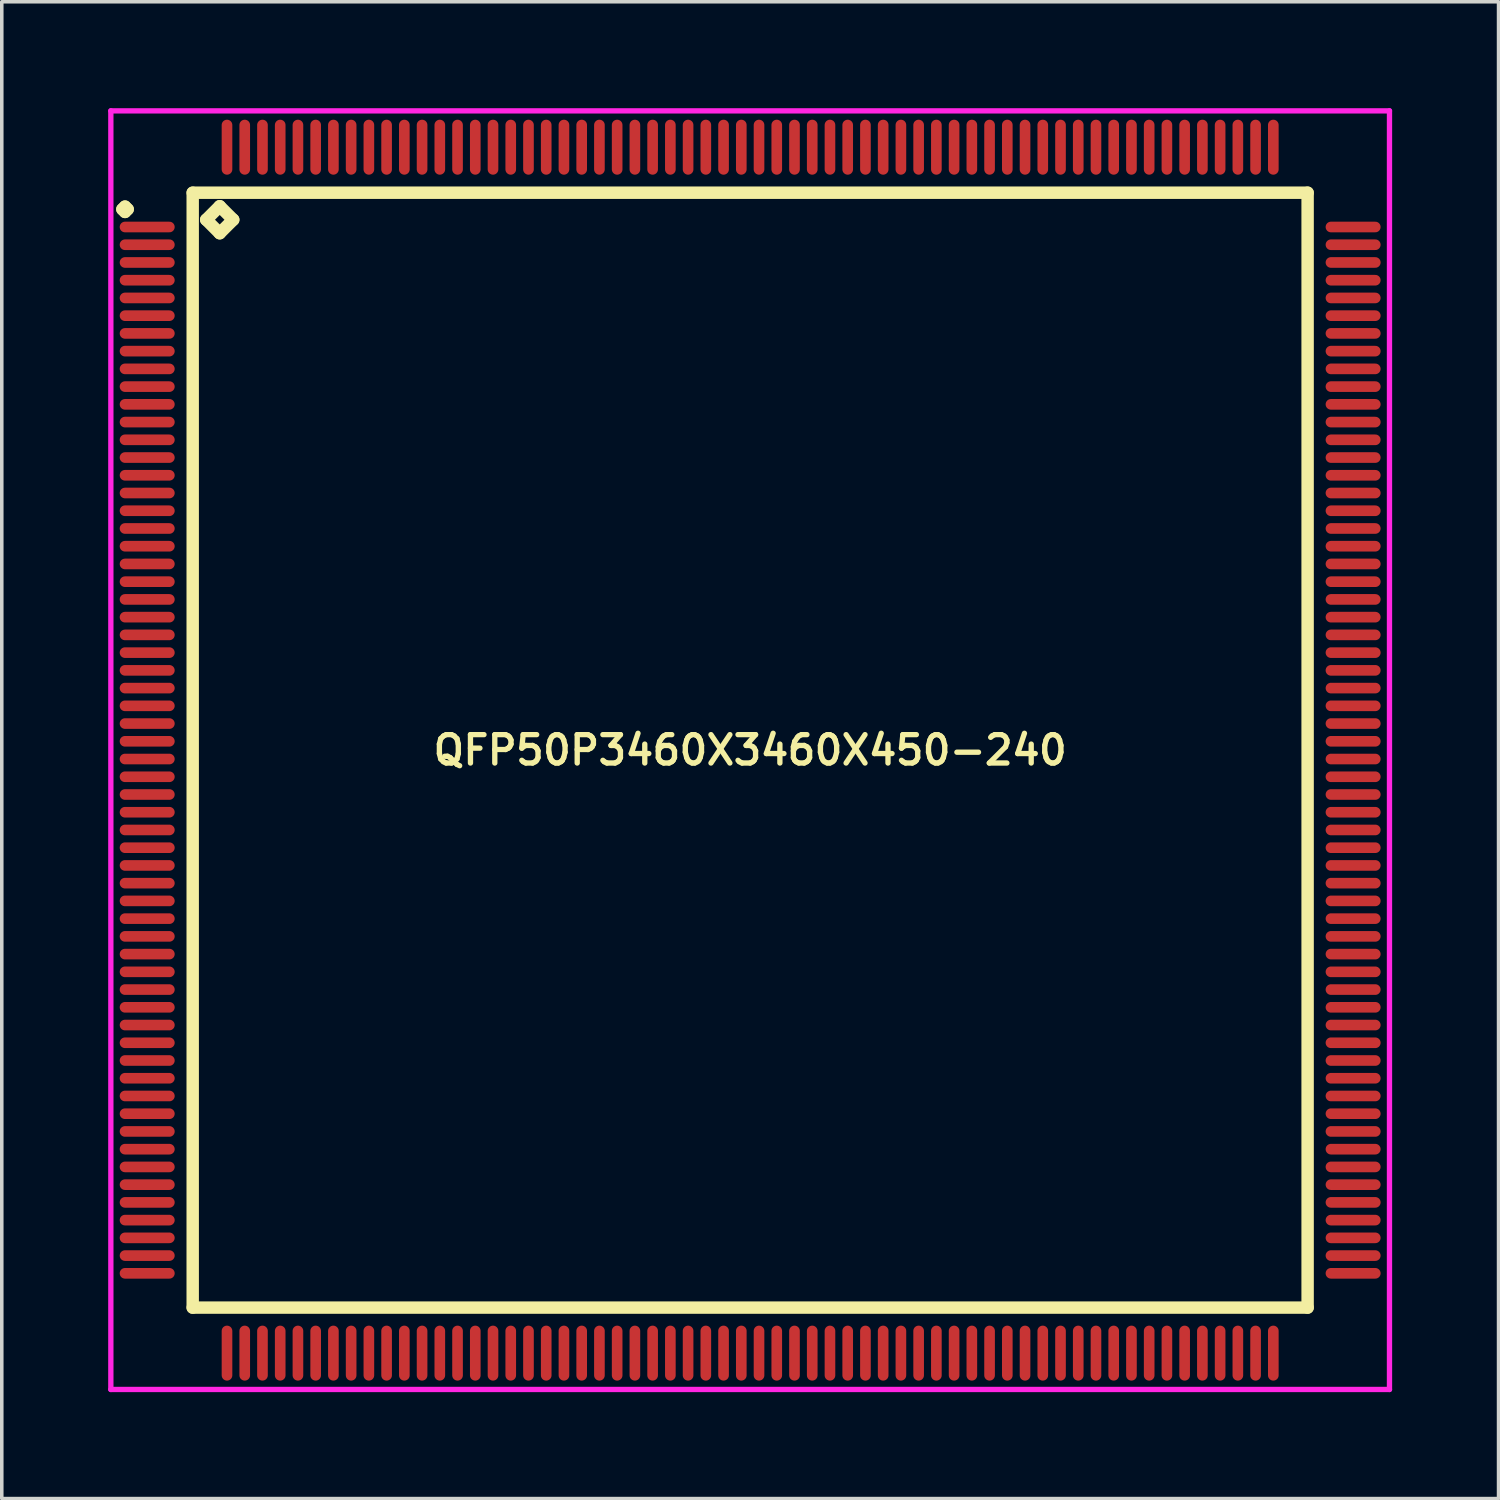
<source format=kicad_pcb>
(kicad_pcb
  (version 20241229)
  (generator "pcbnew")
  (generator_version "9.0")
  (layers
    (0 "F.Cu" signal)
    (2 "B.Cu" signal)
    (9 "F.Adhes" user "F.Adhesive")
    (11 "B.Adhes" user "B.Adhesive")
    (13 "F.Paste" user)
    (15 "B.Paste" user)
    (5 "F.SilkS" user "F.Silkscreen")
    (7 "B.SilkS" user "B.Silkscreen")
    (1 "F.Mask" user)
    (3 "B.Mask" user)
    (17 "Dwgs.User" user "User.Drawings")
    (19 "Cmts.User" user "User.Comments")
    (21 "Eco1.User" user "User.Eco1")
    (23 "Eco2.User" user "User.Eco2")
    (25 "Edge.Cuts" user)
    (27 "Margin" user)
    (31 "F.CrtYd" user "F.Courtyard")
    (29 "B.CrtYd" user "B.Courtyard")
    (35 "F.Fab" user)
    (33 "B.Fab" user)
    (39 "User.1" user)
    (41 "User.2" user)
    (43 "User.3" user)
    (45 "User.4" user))
  (footprint "QFP50P3460X3460X450-240"
    (layer "F.Cu")
    (at 18.1 18.1)
    (property "Reference" "QFP50P3460X3460X450-240" (at 0 0 0) (layer "F.SilkS") (effects (font (size 0.8 0.8) (thickness 0.15))))
    (attr smd)
    (fp_line (start -17.7 -15.25) (end -17.625 -15.325) (stroke (width 0.35) (type solid)) (layer "F.SilkS"))
    (fp_line (start -17.625 -15.325) (end -17.55 -15.25) (stroke (width 0.35) (type solid)) (layer "F.SilkS"))
    (fp_line (start -17.625 -15.175) (end -17.7 -15.25) (stroke (width 0.35) (type solid)) (layer "F.SilkS"))
    (fp_line (start -17.55 -15.25) (end -17.625 -15.175) (stroke (width 0.35) (type solid)) (layer "F.SilkS"))
    (fp_line (start -15.717 -15.717) (end -15.717 15.717) (stroke (width 0.35) (type solid)) (layer "F.SilkS"))
    (fp_line (start -15.717 15.717) (end 15.717 15.717) (stroke (width 0.35) (type solid)) (layer "F.SilkS"))
    (fp_line (start -15.336 -14.955) (end -14.955 -15.336) (stroke (width 0.35) (type solid)) (layer "F.SilkS"))
    (fp_line (start -14.955 -15.336) (end -14.574 -14.955) (stroke (width 0.35) (type solid)) (layer "F.SilkS"))
    (fp_line (start -14.955 -14.574) (end -15.336 -14.955) (stroke (width 0.35) (type solid)) (layer "F.SilkS"))
    (fp_line (start -14.574 -14.955) (end -14.955 -14.574) (stroke (width 0.35) (type solid)) (layer "F.SilkS"))
    (fp_line (start 15.717 -15.717) (end -15.717 -15.717) (stroke (width 0.35) (type solid)) (layer "F.SilkS"))
    (fp_line (start 15.717 15.717) (end 15.717 -15.717) (stroke (width 0.35) (type solid)) (layer "F.SilkS"))
    (fp_line (start -18.025 -18.025) (end 18.025 -18.025) (stroke (width 0.15) (type solid)) (layer "F.CrtYd"))
    (fp_line (start -18.025 18.025) (end -18.025 -18.025) (stroke (width 0.15) (type solid)) (layer "F.CrtYd"))
    (fp_line (start 18.025 -18.025) (end 18.025 18.025) (stroke (width 0.15) (type solid)) (layer "F.CrtYd"))
    (fp_line (start 18.025 18.025) (end -18.025 18.025) (stroke (width 0.15) (type solid)) (layer "F.CrtYd"))
    (pad "1" smd oval (at -17 -14.75) (size 1.55 0.3) (layers "F.Cu" "F.Mask" "F.Paste"))
    (pad "2" smd oval (at -17 -14.25) (size 1.55 0.3) (layers "F.Cu" "F.Mask" "F.Paste"))
    (pad "3" smd oval (at -17 -13.75) (size 1.55 0.3) (layers "F.Cu" "F.Mask" "F.Paste"))
    (pad "4" smd oval (at -17 -13.25) (size 1.55 0.3) (layers "F.Cu" "F.Mask" "F.Paste"))
    (pad "5" smd oval (at -17 -12.75) (size 1.55 0.3) (layers "F.Cu" "F.Mask" "F.Paste"))
    (pad "6" smd oval (at -17 -12.25) (size 1.55 0.3) (layers "F.Cu" "F.Mask" "F.Paste"))
    (pad "7" smd oval (at -17 -11.75) (size 1.55 0.3) (layers "F.Cu" "F.Mask" "F.Paste"))
    (pad "8" smd oval (at -17 -11.25) (size 1.55 0.3) (layers "F.Cu" "F.Mask" "F.Paste"))
    (pad "9" smd oval (at -17 -10.75) (size 1.55 0.3) (layers "F.Cu" "F.Mask" "F.Paste"))
    (pad "10" smd oval (at -17 -10.25) (size 1.55 0.3) (layers "F.Cu" "F.Mask" "F.Paste"))
    (pad "11" smd oval (at -17 -9.75) (size 1.55 0.3) (layers "F.Cu" "F.Mask" "F.Paste"))
    (pad "12" smd oval (at -17 -9.25) (size 1.55 0.3) (layers "F.Cu" "F.Mask" "F.Paste"))
    (pad "13" smd oval (at -17 -8.75) (size 1.55 0.3) (layers "F.Cu" "F.Mask" "F.Paste"))
    (pad "14" smd oval (at -17 -8.25) (size 1.55 0.3) (layers "F.Cu" "F.Mask" "F.Paste"))
    (pad "15" smd oval (at -17 -7.75) (size 1.55 0.3) (layers "F.Cu" "F.Mask" "F.Paste"))
    (pad "16" smd oval (at -17 -7.25) (size 1.55 0.3) (layers "F.Cu" "F.Mask" "F.Paste"))
    (pad "17" smd oval (at -17 -6.75) (size 1.55 0.3) (layers "F.Cu" "F.Mask" "F.Paste"))
    (pad "18" smd oval (at -17 -6.25) (size 1.55 0.3) (layers "F.Cu" "F.Mask" "F.Paste"))
    (pad "19" smd oval (at -17 -5.75) (size 1.55 0.3) (layers "F.Cu" "F.Mask" "F.Paste"))
    (pad "20" smd oval (at -17 -5.25) (size 1.55 0.3) (layers "F.Cu" "F.Mask" "F.Paste"))
    (pad "21" smd oval (at -17 -4.75) (size 1.55 0.3) (layers "F.Cu" "F.Mask" "F.Paste"))
    (pad "22" smd oval (at -17 -4.25) (size 1.55 0.3) (layers "F.Cu" "F.Mask" "F.Paste"))
    (pad "23" smd oval (at -17 -3.75) (size 1.55 0.3) (layers "F.Cu" "F.Mask" "F.Paste"))
    (pad "24" smd oval (at -17 -3.25) (size 1.55 0.3) (layers "F.Cu" "F.Mask" "F.Paste"))
    (pad "25" smd oval (at -17 -2.75) (size 1.55 0.3) (layers "F.Cu" "F.Mask" "F.Paste"))
    (pad "26" smd oval (at -17 -2.25) (size 1.55 0.3) (layers "F.Cu" "F.Mask" "F.Paste"))
    (pad "27" smd oval (at -17 -1.75) (size 1.55 0.3) (layers "F.Cu" "F.Mask" "F.Paste"))
    (pad "28" smd oval (at -17 -1.25) (size 1.55 0.3) (layers "F.Cu" "F.Mask" "F.Paste"))
    (pad "29" smd oval (at -17 -0.75) (size 1.55 0.3) (layers "F.Cu" "F.Mask" "F.Paste"))
    (pad "30" smd oval (at -17 -0.25) (size 1.55 0.3) (layers "F.Cu" "F.Mask" "F.Paste"))
    (pad "31" smd oval (at -17 0.25) (size 1.55 0.3) (layers "F.Cu" "F.Mask" "F.Paste"))
    (pad "32" smd oval (at -17 0.75) (size 1.55 0.3) (layers "F.Cu" "F.Mask" "F.Paste"))
    (pad "33" smd oval (at -17 1.25) (size 1.55 0.3) (layers "F.Cu" "F.Mask" "F.Paste"))
    (pad "34" smd oval (at -17 1.75) (size 1.55 0.3) (layers "F.Cu" "F.Mask" "F.Paste"))
    (pad "35" smd oval (at -17 2.25) (size 1.55 0.3) (layers "F.Cu" "F.Mask" "F.Paste"))
    (pad "36" smd oval (at -17 2.75) (size 1.55 0.3) (layers "F.Cu" "F.Mask" "F.Paste"))
    (pad "37" smd oval (at -17 3.25) (size 1.55 0.3) (layers "F.Cu" "F.Mask" "F.Paste"))
    (pad "38" smd oval (at -17 3.75) (size 1.55 0.3) (layers "F.Cu" "F.Mask" "F.Paste"))
    (pad "39" smd oval (at -17 4.25) (size 1.55 0.3) (layers "F.Cu" "F.Mask" "F.Paste"))
    (pad "40" smd oval (at -17 4.75) (size 1.55 0.3) (layers "F.Cu" "F.Mask" "F.Paste"))
    (pad "41" smd oval (at -17 5.25) (size 1.55 0.3) (layers "F.Cu" "F.Mask" "F.Paste"))
    (pad "42" smd oval (at -17 5.75) (size 1.55 0.3) (layers "F.Cu" "F.Mask" "F.Paste"))
    (pad "43" smd oval (at -17 6.25) (size 1.55 0.3) (layers "F.Cu" "F.Mask" "F.Paste"))
    (pad "44" smd oval (at -17 6.75) (size 1.55 0.3) (layers "F.Cu" "F.Mask" "F.Paste"))
    (pad "45" smd oval (at -17 7.25) (size 1.55 0.3) (layers "F.Cu" "F.Mask" "F.Paste"))
    (pad "46" smd oval (at -17 7.75) (size 1.55 0.3) (layers "F.Cu" "F.Mask" "F.Paste"))
    (pad "47" smd oval (at -17 8.25) (size 1.55 0.3) (layers "F.Cu" "F.Mask" "F.Paste"))
    (pad "48" smd oval (at -17 8.75) (size 1.55 0.3) (layers "F.Cu" "F.Mask" "F.Paste"))
    (pad "49" smd oval (at -17 9.25) (size 1.55 0.3) (layers "F.Cu" "F.Mask" "F.Paste"))
    (pad "50" smd oval (at -17 9.75) (size 1.55 0.3) (layers "F.Cu" "F.Mask" "F.Paste"))
    (pad "51" smd oval (at -17 10.25) (size 1.55 0.3) (layers "F.Cu" "F.Mask" "F.Paste"))
    (pad "52" smd oval (at -17 10.75) (size 1.55 0.3) (layers "F.Cu" "F.Mask" "F.Paste"))
    (pad "53" smd oval (at -17 11.25) (size 1.55 0.3) (layers "F.Cu" "F.Mask" "F.Paste"))
    (pad "54" smd oval (at -17 11.75) (size 1.55 0.3) (layers "F.Cu" "F.Mask" "F.Paste"))
    (pad "55" smd oval (at -17 12.25) (size 1.55 0.3) (layers "F.Cu" "F.Mask" "F.Paste"))
    (pad "56" smd oval (at -17 12.75) (size 1.55 0.3) (layers "F.Cu" "F.Mask" "F.Paste"))
    (pad "57" smd oval (at -17 13.25) (size 1.55 0.3) (layers "F.Cu" "F.Mask" "F.Paste"))
    (pad "58" smd oval (at -17 13.75) (size 1.55 0.3) (layers "F.Cu" "F.Mask" "F.Paste"))
    (pad "59" smd oval (at -17 14.25) (size 1.55 0.3) (layers "F.Cu" "F.Mask" "F.Paste"))
    (pad "60" smd oval (at -17 14.75) (size 1.55 0.3) (layers "F.Cu" "F.Mask" "F.Paste"))
    (pad "61" smd oval (at -14.75 17) (size 0.3 1.55) (layers "F.Cu" "F.Mask" "F.Paste"))
    (pad "62" smd oval (at -14.25 17) (size 0.3 1.55) (layers "F.Cu" "F.Mask" "F.Paste"))
    (pad "63" smd oval (at -13.75 17) (size 0.3 1.55) (layers "F.Cu" "F.Mask" "F.Paste"))
    (pad "64" smd oval (at -13.25 17) (size 0.3 1.55) (layers "F.Cu" "F.Mask" "F.Paste"))
    (pad "65" smd oval (at -12.75 17) (size 0.3 1.55) (layers "F.Cu" "F.Mask" "F.Paste"))
    (pad "66" smd oval (at -12.25 17) (size 0.3 1.55) (layers "F.Cu" "F.Mask" "F.Paste"))
    (pad "67" smd oval (at -11.75 17) (size 0.3 1.55) (layers "F.Cu" "F.Mask" "F.Paste"))
    (pad "68" smd oval (at -11.25 17) (size 0.3 1.55) (layers "F.Cu" "F.Mask" "F.Paste"))
    (pad "69" smd oval (at -10.75 17) (size 0.3 1.55) (layers "F.Cu" "F.Mask" "F.Paste"))
    (pad "70" smd oval (at -10.25 17) (size 0.3 1.55) (layers "F.Cu" "F.Mask" "F.Paste"))
    (pad "71" smd oval (at -9.75 17) (size 0.3 1.55) (layers "F.Cu" "F.Mask" "F.Paste"))
    (pad "72" smd oval (at -9.25 17) (size 0.3 1.55) (layers "F.Cu" "F.Mask" "F.Paste"))
    (pad "73" smd oval (at -8.75 17) (size 0.3 1.55) (layers "F.Cu" "F.Mask" "F.Paste"))
    (pad "74" smd oval (at -8.25 17) (size 0.3 1.55) (layers "F.Cu" "F.Mask" "F.Paste"))
    (pad "75" smd oval (at -7.75 17) (size 0.3 1.55) (layers "F.Cu" "F.Mask" "F.Paste"))
    (pad "76" smd oval (at -7.25 17) (size 0.3 1.55) (layers "F.Cu" "F.Mask" "F.Paste"))
    (pad "77" smd oval (at -6.75 17) (size 0.3 1.55) (layers "F.Cu" "F.Mask" "F.Paste"))
    (pad "78" smd oval (at -6.25 17) (size 0.3 1.55) (layers "F.Cu" "F.Mask" "F.Paste"))
    (pad "79" smd oval (at -5.75 17) (size 0.3 1.55) (layers "F.Cu" "F.Mask" "F.Paste"))
    (pad "80" smd oval (at -5.25 17) (size 0.3 1.55) (layers "F.Cu" "F.Mask" "F.Paste"))
    (pad "81" smd oval (at -4.75 17) (size 0.3 1.55) (layers "F.Cu" "F.Mask" "F.Paste"))
    (pad "82" smd oval (at -4.25 17) (size 0.3 1.55) (layers "F.Cu" "F.Mask" "F.Paste"))
    (pad "83" smd oval (at -3.75 17) (size 0.3 1.55) (layers "F.Cu" "F.Mask" "F.Paste"))
    (pad "84" smd oval (at -3.25 17) (size 0.3 1.55) (layers "F.Cu" "F.Mask" "F.Paste"))
    (pad "85" smd oval (at -2.75 17) (size 0.3 1.55) (layers "F.Cu" "F.Mask" "F.Paste"))
    (pad "86" smd oval (at -2.25 17) (size 0.3 1.55) (layers "F.Cu" "F.Mask" "F.Paste"))
    (pad "87" smd oval (at -1.75 17) (size 0.3 1.55) (layers "F.Cu" "F.Mask" "F.Paste"))
    (pad "88" smd oval (at -1.25 17) (size 0.3 1.55) (layers "F.Cu" "F.Mask" "F.Paste"))
    (pad "89" smd oval (at -0.75 17) (size 0.3 1.55) (layers "F.Cu" "F.Mask" "F.Paste"))
    (pad "90" smd oval (at -0.25 17) (size 0.3 1.55) (layers "F.Cu" "F.Mask" "F.Paste"))
    (pad "91" smd oval (at 0.25 17) (size 0.3 1.55) (layers "F.Cu" "F.Mask" "F.Paste"))
    (pad "92" smd oval (at 0.75 17) (size 0.3 1.55) (layers "F.Cu" "F.Mask" "F.Paste"))
    (pad "93" smd oval (at 1.25 17) (size 0.3 1.55) (layers "F.Cu" "F.Mask" "F.Paste"))
    (pad "94" smd oval (at 1.75 17) (size 0.3 1.55) (layers "F.Cu" "F.Mask" "F.Paste"))
    (pad "95" smd oval (at 2.25 17) (size 0.3 1.55) (layers "F.Cu" "F.Mask" "F.Paste"))
    (pad "96" smd oval (at 2.75 17) (size 0.3 1.55) (layers "F.Cu" "F.Mask" "F.Paste"))
    (pad "97" smd oval (at 3.25 17) (size 0.3 1.55) (layers "F.Cu" "F.Mask" "F.Paste"))
    (pad "98" smd oval (at 3.75 17) (size 0.3 1.55) (layers "F.Cu" "F.Mask" "F.Paste"))
    (pad "99" smd oval (at 4.25 17) (size 0.3 1.55) (layers "F.Cu" "F.Mask" "F.Paste"))
    (pad "100" smd oval (at 4.75 17) (size 0.3 1.55) (layers "F.Cu" "F.Mask" "F.Paste"))
    (pad "101" smd oval (at 5.25 17) (size 0.3 1.55) (layers "F.Cu" "F.Mask" "F.Paste"))
    (pad "102" smd oval (at 5.75 17) (size 0.3 1.55) (layers "F.Cu" "F.Mask" "F.Paste"))
    (pad "103" smd oval (at 6.25 17) (size 0.3 1.55) (layers "F.Cu" "F.Mask" "F.Paste"))
    (pad "104" smd oval (at 6.75 17) (size 0.3 1.55) (layers "F.Cu" "F.Mask" "F.Paste"))
    (pad "105" smd oval (at 7.25 17) (size 0.3 1.55) (layers "F.Cu" "F.Mask" "F.Paste"))
    (pad "106" smd oval (at 7.75 17) (size 0.3 1.55) (layers "F.Cu" "F.Mask" "F.Paste"))
    (pad "107" smd oval (at 8.25 17) (size 0.3 1.55) (layers "F.Cu" "F.Mask" "F.Paste"))
    (pad "108" smd oval (at 8.75 17) (size 0.3 1.55) (layers "F.Cu" "F.Mask" "F.Paste"))
    (pad "109" smd oval (at 9.25 17) (size 0.3 1.55) (layers "F.Cu" "F.Mask" "F.Paste"))
    (pad "110" smd oval (at 9.75 17) (size 0.3 1.55) (layers "F.Cu" "F.Mask" "F.Paste"))
    (pad "111" smd oval (at 10.25 17) (size 0.3 1.55) (layers "F.Cu" "F.Mask" "F.Paste"))
    (pad "112" smd oval (at 10.75 17) (size 0.3 1.55) (layers "F.Cu" "F.Mask" "F.Paste"))
    (pad "113" smd oval (at 11.25 17) (size 0.3 1.55) (layers "F.Cu" "F.Mask" "F.Paste"))
    (pad "114" smd oval (at 11.75 17) (size 0.3 1.55) (layers "F.Cu" "F.Mask" "F.Paste"))
    (pad "115" smd oval (at 12.25 17) (size 0.3 1.55) (layers "F.Cu" "F.Mask" "F.Paste"))
    (pad "116" smd oval (at 12.75 17) (size 0.3 1.55) (layers "F.Cu" "F.Mask" "F.Paste"))
    (pad "117" smd oval (at 13.25 17) (size 0.3 1.55) (layers "F.Cu" "F.Mask" "F.Paste"))
    (pad "118" smd oval (at 13.75 17) (size 0.3 1.55) (layers "F.Cu" "F.Mask" "F.Paste"))
    (pad "119" smd oval (at 14.25 17) (size 0.3 1.55) (layers "F.Cu" "F.Mask" "F.Paste"))
    (pad "120" smd oval (at 14.75 17) (size 0.3 1.55) (layers "F.Cu" "F.Mask" "F.Paste"))
    (pad "121" smd oval (at 17 14.75) (size 1.55 0.3) (layers "F.Cu" "F.Mask" "F.Paste"))
    (pad "122" smd oval (at 17 14.25) (size 1.55 0.3) (layers "F.Cu" "F.Mask" "F.Paste"))
    (pad "123" smd oval (at 17 13.75) (size 1.55 0.3) (layers "F.Cu" "F.Mask" "F.Paste"))
    (pad "124" smd oval (at 17 13.25) (size 1.55 0.3) (layers "F.Cu" "F.Mask" "F.Paste"))
    (pad "125" smd oval (at 17 12.75) (size 1.55 0.3) (layers "F.Cu" "F.Mask" "F.Paste"))
    (pad "126" smd oval (at 17 12.25) (size 1.55 0.3) (layers "F.Cu" "F.Mask" "F.Paste"))
    (pad "127" smd oval (at 17 11.75) (size 1.55 0.3) (layers "F.Cu" "F.Mask" "F.Paste"))
    (pad "128" smd oval (at 17 11.25) (size 1.55 0.3) (layers "F.Cu" "F.Mask" "F.Paste"))
    (pad "129" smd oval (at 17 10.75) (size 1.55 0.3) (layers "F.Cu" "F.Mask" "F.Paste"))
    (pad "130" smd oval (at 17 10.25) (size 1.55 0.3) (layers "F.Cu" "F.Mask" "F.Paste"))
    (pad "131" smd oval (at 17 9.75) (size 1.55 0.3) (layers "F.Cu" "F.Mask" "F.Paste"))
    (pad "132" smd oval (at 17 9.25) (size 1.55 0.3) (layers "F.Cu" "F.Mask" "F.Paste"))
    (pad "133" smd oval (at 17 8.75) (size 1.55 0.3) (layers "F.Cu" "F.Mask" "F.Paste"))
    (pad "134" smd oval (at 17 8.25) (size 1.55 0.3) (layers "F.Cu" "F.Mask" "F.Paste"))
    (pad "135" smd oval (at 17 7.75) (size 1.55 0.3) (layers "F.Cu" "F.Mask" "F.Paste"))
    (pad "136" smd oval (at 17 7.25) (size 1.55 0.3) (layers "F.Cu" "F.Mask" "F.Paste"))
    (pad "137" smd oval (at 17 6.75) (size 1.55 0.3) (layers "F.Cu" "F.Mask" "F.Paste"))
    (pad "138" smd oval (at 17 6.25) (size 1.55 0.3) (layers "F.Cu" "F.Mask" "F.Paste"))
    (pad "139" smd oval (at 17 5.75) (size 1.55 0.3) (layers "F.Cu" "F.Mask" "F.Paste"))
    (pad "140" smd oval (at 17 5.25) (size 1.55 0.3) (layers "F.Cu" "F.Mask" "F.Paste"))
    (pad "141" smd oval (at 17 4.75) (size 1.55 0.3) (layers "F.Cu" "F.Mask" "F.Paste"))
    (pad "142" smd oval (at 17 4.25) (size 1.55 0.3) (layers "F.Cu" "F.Mask" "F.Paste"))
    (pad "143" smd oval (at 17 3.75) (size 1.55 0.3) (layers "F.Cu" "F.Mask" "F.Paste"))
    (pad "144" smd oval (at 17 3.25) (size 1.55 0.3) (layers "F.Cu" "F.Mask" "F.Paste"))
    (pad "145" smd oval (at 17 2.75) (size 1.55 0.3) (layers "F.Cu" "F.Mask" "F.Paste"))
    (pad "146" smd oval (at 17 2.25) (size 1.55 0.3) (layers "F.Cu" "F.Mask" "F.Paste"))
    (pad "147" smd oval (at 17 1.75) (size 1.55 0.3) (layers "F.Cu" "F.Mask" "F.Paste"))
    (pad "148" smd oval (at 17 1.25) (size 1.55 0.3) (layers "F.Cu" "F.Mask" "F.Paste"))
    (pad "149" smd oval (at 17 0.75) (size 1.55 0.3) (layers "F.Cu" "F.Mask" "F.Paste"))
    (pad "150" smd oval (at 17 0.25) (size 1.55 0.3) (layers "F.Cu" "F.Mask" "F.Paste"))
    (pad "151" smd oval (at 17 -0.25) (size 1.55 0.3) (layers "F.Cu" "F.Mask" "F.Paste"))
    (pad "152" smd oval (at 17 -0.75) (size 1.55 0.3) (layers "F.Cu" "F.Mask" "F.Paste"))
    (pad "153" smd oval (at 17 -1.25) (size 1.55 0.3) (layers "F.Cu" "F.Mask" "F.Paste"))
    (pad "154" smd oval (at 17 -1.75) (size 1.55 0.3) (layers "F.Cu" "F.Mask" "F.Paste"))
    (pad "155" smd oval (at 17 -2.25) (size 1.55 0.3) (layers "F.Cu" "F.Mask" "F.Paste"))
    (pad "156" smd oval (at 17 -2.75) (size 1.55 0.3) (layers "F.Cu" "F.Mask" "F.Paste"))
    (pad "157" smd oval (at 17 -3.25) (size 1.55 0.3) (layers "F.Cu" "F.Mask" "F.Paste"))
    (pad "158" smd oval (at 17 -3.75) (size 1.55 0.3) (layers "F.Cu" "F.Mask" "F.Paste"))
    (pad "159" smd oval (at 17 -4.25) (size 1.55 0.3) (layers "F.Cu" "F.Mask" "F.Paste"))
    (pad "160" smd oval (at 17 -4.75) (size 1.55 0.3) (layers "F.Cu" "F.Mask" "F.Paste"))
    (pad "161" smd oval (at 17 -5.25) (size 1.55 0.3) (layers "F.Cu" "F.Mask" "F.Paste"))
    (pad "162" smd oval (at 17 -5.75) (size 1.55 0.3) (layers "F.Cu" "F.Mask" "F.Paste"))
    (pad "163" smd oval (at 17 -6.25) (size 1.55 0.3) (layers "F.Cu" "F.Mask" "F.Paste"))
    (pad "164" smd oval (at 17 -6.75) (size 1.55 0.3) (layers "F.Cu" "F.Mask" "F.Paste"))
    (pad "165" smd oval (at 17 -7.25) (size 1.55 0.3) (layers "F.Cu" "F.Mask" "F.Paste"))
    (pad "166" smd oval (at 17 -7.75) (size 1.55 0.3) (layers "F.Cu" "F.Mask" "F.Paste"))
    (pad "167" smd oval (at 17 -8.25) (size 1.55 0.3) (layers "F.Cu" "F.Mask" "F.Paste"))
    (pad "168" smd oval (at 17 -8.75) (size 1.55 0.3) (layers "F.Cu" "F.Mask" "F.Paste"))
    (pad "169" smd oval (at 17 -9.25) (size 1.55 0.3) (layers "F.Cu" "F.Mask" "F.Paste"))
    (pad "170" smd oval (at 17 -9.75) (size 1.55 0.3) (layers "F.Cu" "F.Mask" "F.Paste"))
    (pad "171" smd oval (at 17 -10.25) (size 1.55 0.3) (layers "F.Cu" "F.Mask" "F.Paste"))
    (pad "172" smd oval (at 17 -10.75) (size 1.55 0.3) (layers "F.Cu" "F.Mask" "F.Paste"))
    (pad "173" smd oval (at 17 -11.25) (size 1.55 0.3) (layers "F.Cu" "F.Mask" "F.Paste"))
    (pad "174" smd oval (at 17 -11.75) (size 1.55 0.3) (layers "F.Cu" "F.Mask" "F.Paste"))
    (pad "175" smd oval (at 17 -12.25) (size 1.55 0.3) (layers "F.Cu" "F.Mask" "F.Paste"))
    (pad "176" smd oval (at 17 -12.75) (size 1.55 0.3) (layers "F.Cu" "F.Mask" "F.Paste"))
    (pad "177" smd oval (at 17 -13.25) (size 1.55 0.3) (layers "F.Cu" "F.Mask" "F.Paste"))
    (pad "178" smd oval (at 17 -13.75) (size 1.55 0.3) (layers "F.Cu" "F.Mask" "F.Paste"))
    (pad "179" smd oval (at 17 -14.25) (size 1.55 0.3) (layers "F.Cu" "F.Mask" "F.Paste"))
    (pad "180" smd oval (at 17 -14.75) (size 1.55 0.3) (layers "F.Cu" "F.Mask" "F.Paste"))
    (pad "181" smd oval (at 14.75 -17) (size 0.3 1.55) (layers "F.Cu" "F.Mask" "F.Paste"))
    (pad "182" smd oval (at 14.25 -17) (size 0.3 1.55) (layers "F.Cu" "F.Mask" "F.Paste"))
    (pad "183" smd oval (at 13.75 -17) (size 0.3 1.55) (layers "F.Cu" "F.Mask" "F.Paste"))
    (pad "184" smd oval (at 13.25 -17) (size 0.3 1.55) (layers "F.Cu" "F.Mask" "F.Paste"))
    (pad "185" smd oval (at 12.75 -17) (size 0.3 1.55) (layers "F.Cu" "F.Mask" "F.Paste"))
    (pad "186" smd oval (at 12.25 -17) (size 0.3 1.55) (layers "F.Cu" "F.Mask" "F.Paste"))
    (pad "187" smd oval (at 11.75 -17) (size 0.3 1.55) (layers "F.Cu" "F.Mask" "F.Paste"))
    (pad "188" smd oval (at 11.25 -17) (size 0.3 1.55) (layers "F.Cu" "F.Mask" "F.Paste"))
    (pad "189" smd oval (at 10.75 -17) (size 0.3 1.55) (layers "F.Cu" "F.Mask" "F.Paste"))
    (pad "190" smd oval (at 10.25 -17) (size 0.3 1.55) (layers "F.Cu" "F.Mask" "F.Paste"))
    (pad "191" smd oval (at 9.75 -17) (size 0.3 1.55) (layers "F.Cu" "F.Mask" "F.Paste"))
    (pad "192" smd oval (at 9.25 -17) (size 0.3 1.55) (layers "F.Cu" "F.Mask" "F.Paste"))
    (pad "193" smd oval (at 8.75 -17) (size 0.3 1.55) (layers "F.Cu" "F.Mask" "F.Paste"))
    (pad "194" smd oval (at 8.25 -17) (size 0.3 1.55) (layers "F.Cu" "F.Mask" "F.Paste"))
    (pad "195" smd oval (at 7.75 -17) (size 0.3 1.55) (layers "F.Cu" "F.Mask" "F.Paste"))
    (pad "196" smd oval (at 7.25 -17) (size 0.3 1.55) (layers "F.Cu" "F.Mask" "F.Paste"))
    (pad "197" smd oval (at 6.75 -17) (size 0.3 1.55) (layers "F.Cu" "F.Mask" "F.Paste"))
    (pad "198" smd oval (at 6.25 -17) (size 0.3 1.55) (layers "F.Cu" "F.Mask" "F.Paste"))
    (pad "199" smd oval (at 5.75 -17) (size 0.3 1.55) (layers "F.Cu" "F.Mask" "F.Paste"))
    (pad "200" smd oval (at 5.25 -17) (size 0.3 1.55) (layers "F.Cu" "F.Mask" "F.Paste"))
    (pad "201" smd oval (at 4.75 -17) (size 0.3 1.55) (layers "F.Cu" "F.Mask" "F.Paste"))
    (pad "202" smd oval (at 4.25 -17) (size 0.3 1.55) (layers "F.Cu" "F.Mask" "F.Paste"))
    (pad "203" smd oval (at 3.75 -17) (size 0.3 1.55) (layers "F.Cu" "F.Mask" "F.Paste"))
    (pad "204" smd oval (at 3.25 -17) (size 0.3 1.55) (layers "F.Cu" "F.Mask" "F.Paste"))
    (pad "205" smd oval (at 2.75 -17) (size 0.3 1.55) (layers "F.Cu" "F.Mask" "F.Paste"))
    (pad "206" smd oval (at 2.25 -17) (size 0.3 1.55) (layers "F.Cu" "F.Mask" "F.Paste"))
    (pad "207" smd oval (at 1.75 -17) (size 0.3 1.55) (layers "F.Cu" "F.Mask" "F.Paste"))
    (pad "208" smd oval (at 1.25 -17) (size 0.3 1.55) (layers "F.Cu" "F.Mask" "F.Paste"))
    (pad "209" smd oval (at 0.75 -17) (size 0.3 1.55) (layers "F.Cu" "F.Mask" "F.Paste"))
    (pad "210" smd oval (at 0.25 -17) (size 0.3 1.55) (layers "F.Cu" "F.Mask" "F.Paste"))
    (pad "211" smd oval (at -0.25 -17) (size 0.3 1.55) (layers "F.Cu" "F.Mask" "F.Paste"))
    (pad "212" smd oval (at -0.75 -17) (size 0.3 1.55) (layers "F.Cu" "F.Mask" "F.Paste"))
    (pad "213" smd oval (at -1.25 -17) (size 0.3 1.55) (layers "F.Cu" "F.Mask" "F.Paste"))
    (pad "214" smd oval (at -1.75 -17) (size 0.3 1.55) (layers "F.Cu" "F.Mask" "F.Paste"))
    (pad "215" smd oval (at -2.25 -17) (size 0.3 1.55) (layers "F.Cu" "F.Mask" "F.Paste"))
    (pad "216" smd oval (at -2.75 -17) (size 0.3 1.55) (layers "F.Cu" "F.Mask" "F.Paste"))
    (pad "217" smd oval (at -3.25 -17) (size 0.3 1.55) (layers "F.Cu" "F.Mask" "F.Paste"))
    (pad "218" smd oval (at -3.75 -17) (size 0.3 1.55) (layers "F.Cu" "F.Mask" "F.Paste"))
    (pad "219" smd oval (at -4.25 -17) (size 0.3 1.55) (layers "F.Cu" "F.Mask" "F.Paste"))
    (pad "220" smd oval (at -4.75 -17) (size 0.3 1.55) (layers "F.Cu" "F.Mask" "F.Paste"))
    (pad "221" smd oval (at -5.25 -17) (size 0.3 1.55) (layers "F.Cu" "F.Mask" "F.Paste"))
    (pad "222" smd oval (at -5.75 -17) (size 0.3 1.55) (layers "F.Cu" "F.Mask" "F.Paste"))
    (pad "223" smd oval (at -6.25 -17) (size 0.3 1.55) (layers "F.Cu" "F.Mask" "F.Paste"))
    (pad "224" smd oval (at -6.75 -17) (size 0.3 1.55) (layers "F.Cu" "F.Mask" "F.Paste"))
    (pad "225" smd oval (at -7.25 -17) (size 0.3 1.55) (layers "F.Cu" "F.Mask" "F.Paste"))
    (pad "226" smd oval (at -7.75 -17) (size 0.3 1.55) (layers "F.Cu" "F.Mask" "F.Paste"))
    (pad "227" smd oval (at -8.25 -17) (size 0.3 1.55) (layers "F.Cu" "F.Mask" "F.Paste"))
    (pad "228" smd oval (at -8.75 -17) (size 0.3 1.55) (layers "F.Cu" "F.Mask" "F.Paste"))
    (pad "229" smd oval (at -9.25 -17) (size 0.3 1.55) (layers "F.Cu" "F.Mask" "F.Paste"))
    (pad "230" smd oval (at -9.75 -17) (size 0.3 1.55) (layers "F.Cu" "F.Mask" "F.Paste"))
    (pad "231" smd oval (at -10.25 -17) (size 0.3 1.55) (layers "F.Cu" "F.Mask" "F.Paste"))
    (pad "232" smd oval (at -10.75 -17) (size 0.3 1.55) (layers "F.Cu" "F.Mask" "F.Paste"))
    (pad "233" smd oval (at -11.25 -17) (size 0.3 1.55) (layers "F.Cu" "F.Mask" "F.Paste"))
    (pad "234" smd oval (at -11.75 -17) (size 0.3 1.55) (layers "F.Cu" "F.Mask" "F.Paste"))
    (pad "235" smd oval (at -12.25 -17) (size 0.3 1.55) (layers "F.Cu" "F.Mask" "F.Paste"))
    (pad "236" smd oval (at -12.75 -17) (size 0.3 1.55) (layers "F.Cu" "F.Mask" "F.Paste"))
    (pad "237" smd oval (at -13.25 -17) (size 0.3 1.55) (layers "F.Cu" "F.Mask" "F.Paste"))
    (pad "238" smd oval (at -13.75 -17) (size 0.3 1.55) (layers "F.Cu" "F.Mask" "F.Paste"))
    (pad "239" smd oval (at -14.25 -17) (size 0.3 1.55) (layers "F.Cu" "F.Mask" "F.Paste"))
    (pad "240" smd oval (at -14.75 -17) (size 0.3 1.55) (layers "F.Cu" "F.Mask" "F.Paste")))
  (gr_rect
    (start -3 -3)
    (end 39.2 39.2)
    (stroke (width 0.1) (type default))
    (fill no)
    (layer "Edge.Cuts")))
</source>
